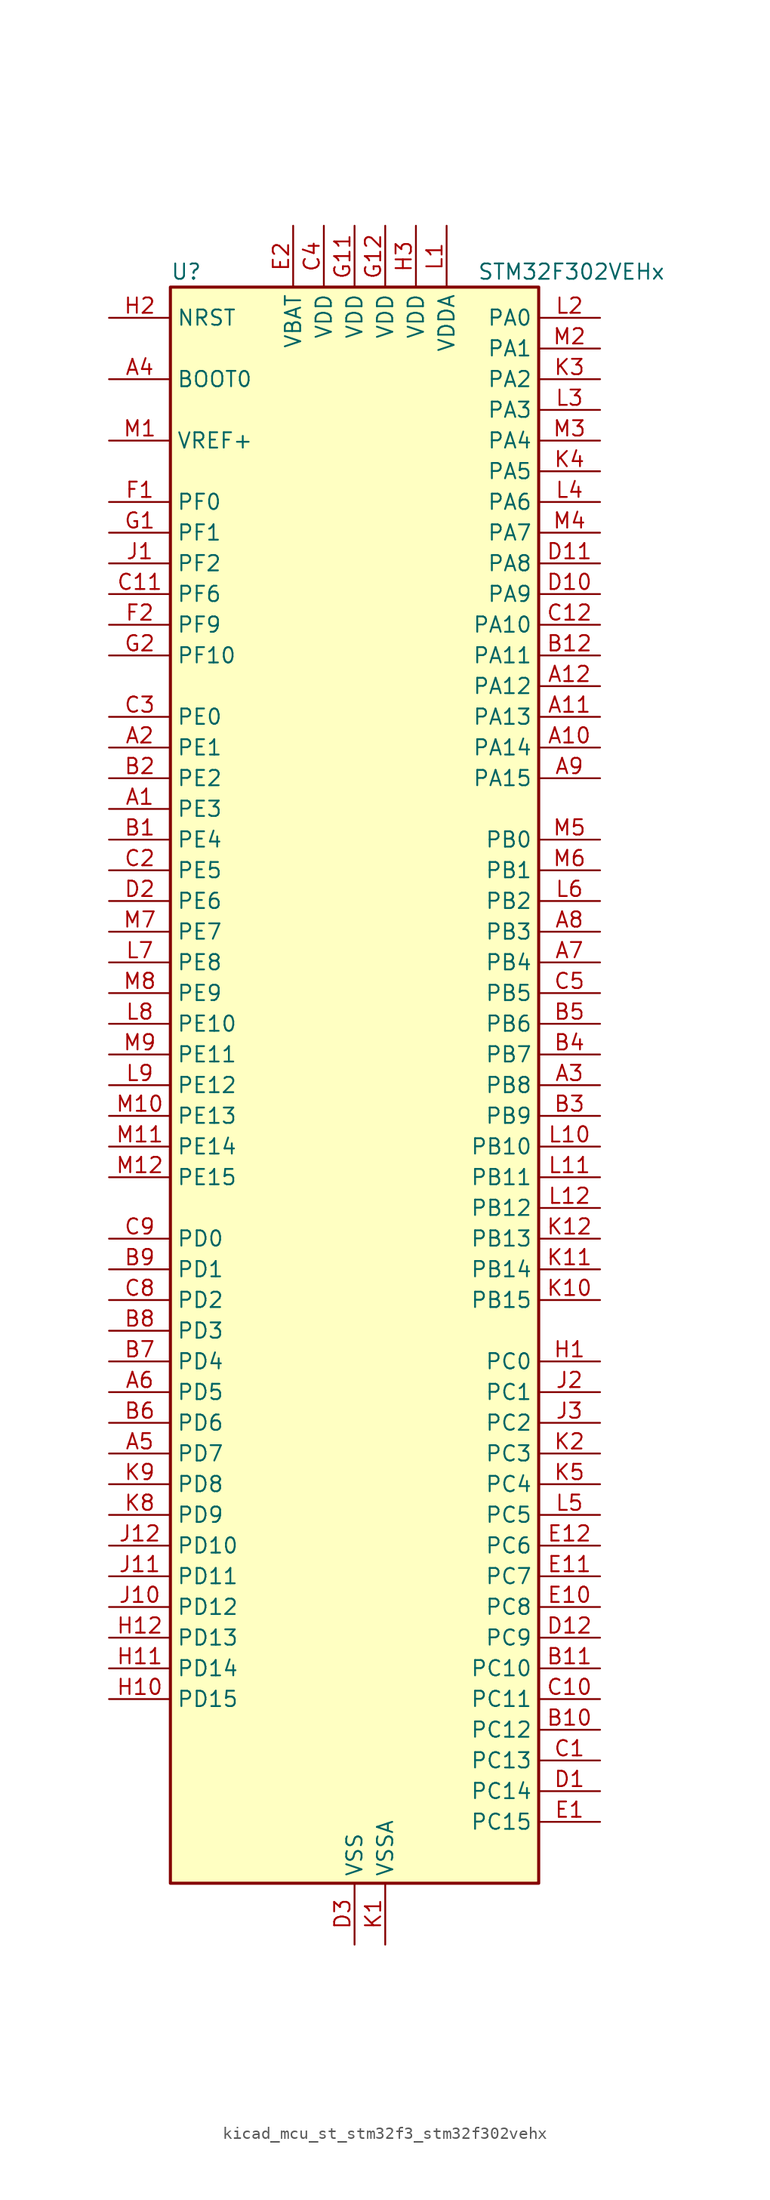
<source format=kicad_sym>
(kicad_symbol_lib
  (version 20220914)
  (generator kicad_symbol_editor)
  (symbol "kicad_mcu_st_stm32f3_stm32f302vehx"
    (property "Reference" "U"
      (at -15.24 67.31 0)
      (effects (font (size 1.27 1.27)) (justify left)))
    (property "Value" "STM32F302VEHx"
      (at 10.16 67.31 0)
      (effects (font (size 1.27 1.27)) (justify left)))
    (property "ki_locked" ""
      (at 0 0 0)
      (effects (font (size 1.27 1.27))))
    (symbol "kicad_mcu_st_stm32f3_stm32f302vehx_0_1"
      (rectangle (start -15.24 -66.04) (end 15.24 66.04) (stroke (width 0.254) (type default)) (fill (type background))))
    (symbol "kicad_mcu_st_stm32f3_stm32f302vehx_1_1"
      (pin bidirectional line (at -20.32 22.86 0) (length 5.08) (name "PE3" (effects (font (size 1.27 1.27)))) (number "A1" (effects (font (size 1.27 1.27)))) (alternate "FMC_A19" bidirectional line) (alternate "SPI4_NSS" bidirectional line) (alternate "SYS_TRACED0" bidirectional line) (alternate "TIM3_CH2" bidirectional line) (alternate "TSC_G7_IO2" bidirectional line))
      (pin bidirectional line (at 20.32 27.94 180) (length 5.08) (name "PA14" (effects (font (size 1.27 1.27)))) (number "A10" (effects (font (size 1.27 1.27)))) (alternate "I2C1_SDA" bidirectional line) (alternate "SYS_JTCK-SWCLK" bidirectional line) (alternate "TIM1_BKIN" bidirectional line) (alternate "TSC_G4_IO4" bidirectional line) (alternate "USART2_TX" bidirectional line))
      (pin bidirectional line (at 20.32 30.48 180) (length 5.08) (name "PA13" (effects (font (size 1.27 1.27)))) (number "A11" (effects (font (size 1.27 1.27)))) (alternate "IR_OUT" bidirectional line) (alternate "SYS_JTMS-SWDIO" bidirectional line) (alternate "TIM16_CH1N" bidirectional line) (alternate "TIM4_CH3" bidirectional line) (alternate "TSC_G4_IO3" bidirectional line) (alternate "USART3_CTS" bidirectional line))
      (pin bidirectional line (at 20.32 33.02 180) (length 5.08) (name "PA12" (effects (font (size 1.27 1.27)))) (number "A12" (effects (font (size 1.27 1.27)))) (alternate "CAN_TX" bidirectional line) (alternate "COMP2_OUT" bidirectional line) (alternate "I2S_CKIN" bidirectional line) (alternate "TIM16_CH1" bidirectional line) (alternate "TIM1_CH2N" bidirectional line) (alternate "TIM1_ETR" bidirectional line) (alternate "TIM4_CH2" bidirectional line) (alternate "USART1_DE" bidirectional line) (alternate "USART1_RTS" bidirectional line) (alternate "USB_DP" bidirectional line))
      (pin bidirectional line (at -20.32 27.94 0) (length 5.08) (name "PE1" (effects (font (size 1.27 1.27)))) (number "A2" (effects (font (size 1.27 1.27)))) (alternate "FMC_NBL1" bidirectional line) (alternate "TIM17_CH1" bidirectional line) (alternate "USART1_RX" bidirectional line))
      (pin bidirectional line (at 20.32 0 180) (length 5.08) (name "PB8" (effects (font (size 1.27 1.27)))) (number "A3" (effects (font (size 1.27 1.27)))) (alternate "CAN_RX" bidirectional line) (alternate "COMP1_OUT" bidirectional line) (alternate "I2C1_SCL" bidirectional line) (alternate "TIM16_CH1" bidirectional line) (alternate "TIM1_BKIN" bidirectional line) (alternate "TIM4_CH3" bidirectional line) (alternate "TSC_SYNC" bidirectional line) (alternate "USART3_RX" bidirectional line))
      (pin input line (at -20.32 58.42 0) (length 5.08) (name "BOOT0" (effects (font (size 1.27 1.27)))) (number "A4" (effects (font (size 1.27 1.27)))))
      (pin bidirectional line (at -20.32 -30.48 0) (length 5.08) (name "PD7" (effects (font (size 1.27 1.27)))) (number "A5" (effects (font (size 1.27 1.27)))) (alternate "FMC_NCE2" bidirectional line) (alternate "FMC_NE1" bidirectional line) (alternate "TIM2_CH3" bidirectional line) (alternate "USART2_CK" bidirectional line))
      (pin bidirectional line (at -20.32 -25.4 0) (length 5.08) (name "PD5" (effects (font (size 1.27 1.27)))) (number "A6" (effects (font (size 1.27 1.27)))) (alternate "FMC_NWE" bidirectional line) (alternate "USART2_TX" bidirectional line))
      (pin bidirectional line (at 20.32 10.16 180) (length 5.08) (name "PB4" (effects (font (size 1.27 1.27)))) (number "A7" (effects (font (size 1.27 1.27)))) (alternate "I2S3_ext_SD" bidirectional line) (alternate "SPI1_MISO" bidirectional line) (alternate "SPI3_MISO" bidirectional line) (alternate "SYS_NJTRST" bidirectional line) (alternate "TIM16_CH1" bidirectional line) (alternate "TIM17_BKIN" bidirectional line) (alternate "TIM3_CH1" bidirectional line) (alternate "TSC_G5_IO2" bidirectional line) (alternate "USART2_RX" bidirectional line))
      (pin bidirectional line (at 20.32 12.7 180) (length 5.08) (name "PB3" (effects (font (size 1.27 1.27)))) (number "A8" (effects (font (size 1.27 1.27)))) (alternate "I2S3_CK" bidirectional line) (alternate "SPI1_SCK" bidirectional line) (alternate "SPI3_SCK" bidirectional line) (alternate "SYS_JTDO-TRACESWO" bidirectional line) (alternate "TIM2_CH2" bidirectional line) (alternate "TIM3_ETR" bidirectional line) (alternate "TIM4_ETR" bidirectional line) (alternate "TSC_G5_IO1" bidirectional line) (alternate "USART2_TX" bidirectional line))
      (pin bidirectional line (at 20.32 25.4 180) (length 5.08) (name "PA15" (effects (font (size 1.27 1.27)))) (number "A9" (effects (font (size 1.27 1.27)))) (alternate "ADC1_EXTI15" bidirectional line) (alternate "ADC2_EXTI15" bidirectional line) (alternate "I2C1_SCL" bidirectional line) (alternate "I2S3_WS" bidirectional line) (alternate "SPI1_NSS" bidirectional line) (alternate "SPI3_NSS" bidirectional line) (alternate "SYS_JTDI" bidirectional line) (alternate "TIM1_BKIN" bidirectional line) (alternate "TIM2_CH1" bidirectional line) (alternate "TIM2_ETR" bidirectional line) (alternate "TSC_SYNC" bidirectional line) (alternate "USART2_RX" bidirectional line))
      (pin bidirectional line (at -20.32 20.32 0) (length 5.08) (name "PE4" (effects (font (size 1.27 1.27)))) (number "B1" (effects (font (size 1.27 1.27)))) (alternate "FMC_A20" bidirectional line) (alternate "SPI4_NSS" bidirectional line) (alternate "SYS_TRACED1" bidirectional line) (alternate "TIM3_CH3" bidirectional line) (alternate "TSC_G7_IO3" bidirectional line))
      (pin bidirectional line (at 20.32 -53.34 180) (length 5.08) (name "PC12" (effects (font (size 1.27 1.27)))) (number "B10" (effects (font (size 1.27 1.27)))) (alternate "I2S3_SD" bidirectional line) (alternate "SPI3_MOSI" bidirectional line) (alternate "UART5_TX" bidirectional line) (alternate "USART3_CK" bidirectional line))
      (pin bidirectional line (at 20.32 -48.26 180) (length 5.08) (name "PC10" (effects (font (size 1.27 1.27)))) (number "B11" (effects (font (size 1.27 1.27)))) (alternate "I2S3_CK" bidirectional line) (alternate "SPI3_SCK" bidirectional line) (alternate "UART4_TX" bidirectional line) (alternate "USART3_TX" bidirectional line))
      (pin bidirectional line (at 20.32 35.56 180) (length 5.08) (name "PA11" (effects (font (size 1.27 1.27)))) (number "B12" (effects (font (size 1.27 1.27)))) (alternate "ADC1_EXTI11" bidirectional line) (alternate "ADC2_EXTI11" bidirectional line) (alternate "CAN_RX" bidirectional line) (alternate "COMP1_OUT" bidirectional line) (alternate "I2S2_SD" bidirectional line) (alternate "SPI2_MOSI" bidirectional line) (alternate "TIM1_BKIN2" bidirectional line) (alternate "TIM1_CH1N" bidirectional line) (alternate "TIM1_CH4" bidirectional line) (alternate "TIM4_CH1" bidirectional line) (alternate "USART1_CTS" bidirectional line) (alternate "USB_DM" bidirectional line))
      (pin bidirectional line (at -20.32 25.4 0) (length 5.08) (name "PE2" (effects (font (size 1.27 1.27)))) (number "B2" (effects (font (size 1.27 1.27)))) (alternate "FMC_A23" bidirectional line) (alternate "SPI4_SCK" bidirectional line) (alternate "SYS_TRACECK" bidirectional line) (alternate "TIM3_CH1" bidirectional line) (alternate "TSC_G7_IO1" bidirectional line))
      (pin bidirectional line (at 20.32 -2.54 180) (length 5.08) (name "PB9" (effects (font (size 1.27 1.27)))) (number "B3" (effects (font (size 1.27 1.27)))) (alternate "CAN_TX" bidirectional line) (alternate "COMP2_OUT" bidirectional line) (alternate "DAC1_EXTI9" bidirectional line) (alternate "I2C1_SDA" bidirectional line) (alternate "IR_OUT" bidirectional line) (alternate "TIM17_CH1" bidirectional line) (alternate "TIM4_CH4" bidirectional line) (alternate "USART3_TX" bidirectional line))
      (pin bidirectional line (at 20.32 2.54 180) (length 5.08) (name "PB7" (effects (font (size 1.27 1.27)))) (number "B4" (effects (font (size 1.27 1.27)))) (alternate "FMC_NL" bidirectional line) (alternate "I2C1_SDA" bidirectional line) (alternate "TIM17_CH1N" bidirectional line) (alternate "TIM3_CH4" bidirectional line) (alternate "TIM4_CH2" bidirectional line) (alternate "TSC_G5_IO4" bidirectional line) (alternate "USART1_RX" bidirectional line))
      (pin bidirectional line (at 20.32 5.08 180) (length 5.08) (name "PB6" (effects (font (size 1.27 1.27)))) (number "B5" (effects (font (size 1.27 1.27)))) (alternate "I2C1_SCL" bidirectional line) (alternate "TIM16_CH1N" bidirectional line) (alternate "TIM4_CH1" bidirectional line) (alternate "TSC_G5_IO3" bidirectional line) (alternate "USART1_TX" bidirectional line))
      (pin bidirectional line (at -20.32 -27.94 0) (length 5.08) (name "PD6" (effects (font (size 1.27 1.27)))) (number "B6" (effects (font (size 1.27 1.27)))) (alternate "FMC_NWAIT" bidirectional line) (alternate "TIM2_CH4" bidirectional line) (alternate "USART2_RX" bidirectional line))
      (pin bidirectional line (at -20.32 -22.86 0) (length 5.08) (name "PD4" (effects (font (size 1.27 1.27)))) (number "B7" (effects (font (size 1.27 1.27)))) (alternate "FMC_NOE" bidirectional line) (alternate "TIM2_CH2" bidirectional line) (alternate "USART2_DE" bidirectional line) (alternate "USART2_RTS" bidirectional line))
      (pin bidirectional line (at -20.32 -20.32 0) (length 5.08) (name "PD3" (effects (font (size 1.27 1.27)))) (number "B8" (effects (font (size 1.27 1.27)))) (alternate "FMC_CLK" bidirectional line) (alternate "TIM2_CH1" bidirectional line) (alternate "TIM2_ETR" bidirectional line) (alternate "USART2_CTS" bidirectional line))
      (pin bidirectional line (at -20.32 -15.24 0) (length 5.08) (name "PD1" (effects (font (size 1.27 1.27)))) (number "B9" (effects (font (size 1.27 1.27)))) (alternate "CAN_TX" bidirectional line) (alternate "FMC_D3" bidirectional line) (alternate "FMC_DA3" bidirectional line))
      (pin bidirectional line (at 20.32 -55.88 180) (length 5.08) (name "PC13" (effects (font (size 1.27 1.27)))) (number "C1" (effects (font (size 1.27 1.27)))) (alternate "RTC_OUT_ALARM" bidirectional line) (alternate "RTC_OUT_CALIB" bidirectional line) (alternate "RTC_TAMP1" bidirectional line) (alternate "RTC_TS" bidirectional line) (alternate "SYS_WKUP2" bidirectional line) (alternate "TIM1_CH1N" bidirectional line))
      (pin bidirectional line (at 20.32 -50.8 180) (length 5.08) (name "PC11" (effects (font (size 1.27 1.27)))) (number "C10" (effects (font (size 1.27 1.27)))) (alternate "ADC1_EXTI11" bidirectional line) (alternate "ADC2_EXTI11" bidirectional line) (alternate "I2S3_ext_SD" bidirectional line) (alternate "SPI3_MISO" bidirectional line) (alternate "UART4_RX" bidirectional line) (alternate "USART3_RX" bidirectional line))
      (pin bidirectional line (at -20.32 40.64 0) (length 5.08) (name "PF6" (effects (font (size 1.27 1.27)))) (number "C11" (effects (font (size 1.27 1.27)))) (alternate "FMC_NIORD" bidirectional line) (alternate "I2C2_SCL" bidirectional line) (alternate "TIM4_CH4" bidirectional line) (alternate "USART3_DE" bidirectional line) (alternate "USART3_RTS" bidirectional line))
      (pin bidirectional line (at 20.32 38.1 180) (length 5.08) (name "PA10" (effects (font (size 1.27 1.27)))) (number "C12" (effects (font (size 1.27 1.27)))) (alternate "COMP6_OUT" bidirectional line) (alternate "I2C2_SDA" bidirectional line) (alternate "I2S2_ext_SD" bidirectional line) (alternate "SPI2_MISO" bidirectional line) (alternate "TIM17_BKIN" bidirectional line) (alternate "TIM1_CH3" bidirectional line) (alternate "TIM2_CH4" bidirectional line) (alternate "TSC_G4_IO2" bidirectional line) (alternate "USART1_RX" bidirectional line))
      (pin bidirectional line (at -20.32 17.78 0) (length 5.08) (name "PE5" (effects (font (size 1.27 1.27)))) (number "C2" (effects (font (size 1.27 1.27)))) (alternate "FMC_A21" bidirectional line) (alternate "SPI4_MISO" bidirectional line) (alternate "SYS_TRACED2" bidirectional line) (alternate "TIM3_CH4" bidirectional line) (alternate "TSC_G7_IO4" bidirectional line))
      (pin bidirectional line (at -20.32 30.48 0) (length 5.08) (name "PE0" (effects (font (size 1.27 1.27)))) (number "C3" (effects (font (size 1.27 1.27)))) (alternate "FMC_NBL0" bidirectional line) (alternate "TIM16_CH1" bidirectional line) (alternate "TIM4_ETR" bidirectional line) (alternate "USART1_TX" bidirectional line))
      (pin power_in line (at -2.54 71.12 270) (length 5.08) (name "VDD" (effects (font (size 1.27 1.27)))) (number "C4" (effects (font (size 1.27 1.27)))))
      (pin bidirectional line (at 20.32 7.62 180) (length 5.08) (name "PB5" (effects (font (size 1.27 1.27)))) (number "C5" (effects (font (size 1.27 1.27)))) (alternate "I2C1_SMBA" bidirectional line) (alternate "I2C3_SDA" bidirectional line) (alternate "I2S3_SD" bidirectional line) (alternate "SPI1_MOSI" bidirectional line) (alternate "SPI3_MOSI" bidirectional line) (alternate "TIM16_BKIN" bidirectional line) (alternate "TIM17_CH1" bidirectional line) (alternate "TIM3_CH2" bidirectional line) (alternate "USART2_CK" bidirectional line))
      (pin bidirectional line (at -20.32 -17.78 0) (length 5.08) (name "PD2" (effects (font (size 1.27 1.27)))) (number "C8" (effects (font (size 1.27 1.27)))) (alternate "TIM3_ETR" bidirectional line) (alternate "UART5_RX" bidirectional line))
      (pin bidirectional line (at -20.32 -12.7 0) (length 5.08) (name "PD0" (effects (font (size 1.27 1.27)))) (number "C9" (effects (font (size 1.27 1.27)))) (alternate "CAN_RX" bidirectional line) (alternate "FMC_D2" bidirectional line) (alternate "FMC_DA2" bidirectional line))
      (pin bidirectional line (at 20.32 -58.42 180) (length 5.08) (name "PC14" (effects (font (size 1.27 1.27)))) (number "D1" (effects (font (size 1.27 1.27)))) (alternate "RCC_OSC32_IN" bidirectional line))
      (pin bidirectional line (at 20.32 40.64 180) (length 5.08) (name "PA9" (effects (font (size 1.27 1.27)))) (number "D10" (effects (font (size 1.27 1.27)))) (alternate "DAC1_EXTI9" bidirectional line) (alternate "I2C2_SCL" bidirectional line) (alternate "I2C3_SMBA" bidirectional line) (alternate "I2S3_MCK" bidirectional line) (alternate "TIM15_BKIN" bidirectional line) (alternate "TIM1_CH2" bidirectional line) (alternate "TIM2_CH3" bidirectional line) (alternate "TSC_G4_IO1" bidirectional line) (alternate "USART1_TX" bidirectional line))
      (pin bidirectional line (at 20.32 43.18 180) (length 5.08) (name "PA8" (effects (font (size 1.27 1.27)))) (number "D11" (effects (font (size 1.27 1.27)))) (alternate "I2C2_SMBA" bidirectional line) (alternate "I2C3_SCL" bidirectional line) (alternate "I2S2_MCK" bidirectional line) (alternate "RCC_MCO" bidirectional line) (alternate "TIM1_CH1" bidirectional line) (alternate "TIM4_ETR" bidirectional line) (alternate "USART1_CK" bidirectional line))
      (pin bidirectional line (at 20.32 -45.72 180) (length 5.08) (name "PC9" (effects (font (size 1.27 1.27)))) (number "D12" (effects (font (size 1.27 1.27)))) (alternate "DAC1_EXTI9" bidirectional line) (alternate "I2C3_SDA" bidirectional line) (alternate "I2S_CKIN" bidirectional line) (alternate "TIM3_CH4" bidirectional line))
      (pin bidirectional line (at -20.32 15.24 0) (length 5.08) (name "PE6" (effects (font (size 1.27 1.27)))) (number "D2" (effects (font (size 1.27 1.27)))) (alternate "FMC_A22" bidirectional line) (alternate "RTC_TAMP3" bidirectional line) (alternate "SPI4_MOSI" bidirectional line) (alternate "SYS_TRACED3" bidirectional line) (alternate "SYS_WKUP3" bidirectional line))
      (pin power_in line (at 0 -71.12 90) (length 5.08) (name "VSS" (effects (font (size 1.27 1.27)))) (number "D3" (effects (font (size 1.27 1.27)))))
      (pin bidirectional line (at 20.32 -60.96 180) (length 5.08) (name "PC15" (effects (font (size 1.27 1.27)))) (number "E1" (effects (font (size 1.27 1.27)))) (alternate "ADC1_EXTI15" bidirectional line) (alternate "ADC2_EXTI15" bidirectional line) (alternate "RCC_OSC32_OUT" bidirectional line))
      (pin bidirectional line (at 20.32 -43.18 180) (length 5.08) (name "PC8" (effects (font (size 1.27 1.27)))) (number "E10" (effects (font (size 1.27 1.27)))) (alternate "TIM3_CH3" bidirectional line))
      (pin bidirectional line (at 20.32 -40.64 180) (length 5.08) (name "PC7" (effects (font (size 1.27 1.27)))) (number "E11" (effects (font (size 1.27 1.27)))) (alternate "I2S3_MCK" bidirectional line) (alternate "TIM3_CH2" bidirectional line))
      (pin bidirectional line (at 20.32 -38.1 180) (length 5.08) (name "PC6" (effects (font (size 1.27 1.27)))) (number "E12" (effects (font (size 1.27 1.27)))) (alternate "COMP6_OUT" bidirectional line) (alternate "I2S2_MCK" bidirectional line) (alternate "TIM3_CH1" bidirectional line))
      (pin power_in line (at -5.08 71.12 270) (length 5.08) (name "VBAT" (effects (font (size 1.27 1.27)))) (number "E2" (effects (font (size 1.27 1.27)))))
      (pin passive line (at 0 -71.12 90) (length 5.08) hide (name "VSS" (effects (font (size 1.27 1.27)))) (number "E3" (effects (font (size 1.27 1.27)))))
      (pin bidirectional line (at -20.32 48.26 0) (length 5.08) (name "PF0" (effects (font (size 1.27 1.27)))) (number "F1" (effects (font (size 1.27 1.27)))) (alternate "I2C2_SDA" bidirectional line) (alternate "I2S2_WS" bidirectional line) (alternate "RCC_OSC_IN" bidirectional line) (alternate "SPI2_NSS" bidirectional line) (alternate "TIM1_CH3N" bidirectional line))
      (pin passive line (at 0 -71.12 90) (length 5.08) hide (name "VSS" (effects (font (size 1.27 1.27)))) (number "F11" (effects (font (size 1.27 1.27)))))
      (pin passive line (at 0 -71.12 90) (length 5.08) hide (name "VSS" (effects (font (size 1.27 1.27)))) (number "F12" (effects (font (size 1.27 1.27)))))
      (pin bidirectional line (at -20.32 38.1 0) (length 5.08) (name "PF9" (effects (font (size 1.27 1.27)))) (number "F2" (effects (font (size 1.27 1.27)))) (alternate "DAC1_EXTI9" bidirectional line) (alternate "FMC_CD" bidirectional line) (alternate "SPI2_SCK" bidirectional line) (alternate "TIM15_CH1" bidirectional line))
      (pin bidirectional line (at -20.32 45.72 0) (length 5.08) (name "PF1" (effects (font (size 1.27 1.27)))) (number "G1" (effects (font (size 1.27 1.27)))) (alternate "I2C2_SCL" bidirectional line) (alternate "I2S2_CK" bidirectional line) (alternate "RCC_OSC_OUT" bidirectional line) (alternate "SPI2_SCK" bidirectional line))
      (pin power_in line (at 0 71.12 270) (length 5.08) (name "VDD" (effects (font (size 1.27 1.27)))) (number "G11" (effects (font (size 1.27 1.27)))))
      (pin power_in line (at 2.54 71.12 270) (length 5.08) (name "VDD" (effects (font (size 1.27 1.27)))) (number "G12" (effects (font (size 1.27 1.27)))))
      (pin bidirectional line (at -20.32 35.56 0) (length 5.08) (name "PF10" (effects (font (size 1.27 1.27)))) (number "G2" (effects (font (size 1.27 1.27)))) (alternate "FMC_INTR" bidirectional line) (alternate "SPI2_SCK" bidirectional line) (alternate "TIM15_CH2" bidirectional line))
      (pin bidirectional line (at 20.32 -22.86 180) (length 5.08) (name "PC0" (effects (font (size 1.27 1.27)))) (number "H1" (effects (font (size 1.27 1.27)))) (alternate "ADC1_IN6" bidirectional line) (alternate "ADC2_IN6" bidirectional line) (alternate "TIM1_CH1" bidirectional line))
      (pin bidirectional line (at -20.32 -50.8 0) (length 5.08) (name "PD15" (effects (font (size 1.27 1.27)))) (number "H10" (effects (font (size 1.27 1.27)))) (alternate "ADC1_EXTI15" bidirectional line) (alternate "ADC2_EXTI15" bidirectional line) (alternate "FMC_D1" bidirectional line) (alternate "FMC_DA1" bidirectional line) (alternate "SPI2_NSS" bidirectional line) (alternate "TIM4_CH4" bidirectional line) (alternate "TSC_G8_IO4" bidirectional line))
      (pin bidirectional line (at -20.32 -48.26 0) (length 5.08) (name "PD14" (effects (font (size 1.27 1.27)))) (number "H11" (effects (font (size 1.27 1.27)))) (alternate "FMC_D0" bidirectional line) (alternate "FMC_DA0" bidirectional line) (alternate "OPAMP2_VINP" bidirectional line) (alternate "OPAMP2_VINP_SEC" bidirectional line) (alternate "TIM4_CH3" bidirectional line) (alternate "TSC_G8_IO3" bidirectional line))
      (pin bidirectional line (at -20.32 -45.72 0) (length 5.08) (name "PD13" (effects (font (size 1.27 1.27)))) (number "H12" (effects (font (size 1.27 1.27)))) (alternate "FMC_A18" bidirectional line) (alternate "TIM4_CH2" bidirectional line) (alternate "TSC_G8_IO2" bidirectional line))
      (pin input line (at -20.32 63.5 0) (length 5.08) (name "NRST" (effects (font (size 1.27 1.27)))) (number "H2" (effects (font (size 1.27 1.27)))))
      (pin power_in line (at 5.08 71.12 270) (length 5.08) (name "VDD" (effects (font (size 1.27 1.27)))) (number "H3" (effects (font (size 1.27 1.27)))))
      (pin bidirectional line (at -20.32 43.18 0) (length 5.08) (name "PF2" (effects (font (size 1.27 1.27)))) (number "J1" (effects (font (size 1.27 1.27)))) (alternate "ADC1_IN10" bidirectional line) (alternate "ADC2_IN10" bidirectional line) (alternate "FMC_A2" bidirectional line))
      (pin bidirectional line (at -20.32 -43.18 0) (length 5.08) (name "PD12" (effects (font (size 1.27 1.27)))) (number "J10" (effects (font (size 1.27 1.27)))) (alternate "FMC_A17" bidirectional line) (alternate "FMC_ALE" bidirectional line) (alternate "TIM4_CH1" bidirectional line) (alternate "TSC_G8_IO1" bidirectional line) (alternate "USART3_DE" bidirectional line) (alternate "USART3_RTS" bidirectional line))
      (pin bidirectional line (at -20.32 -40.64 0) (length 5.08) (name "PD11" (effects (font (size 1.27 1.27)))) (number "J11" (effects (font (size 1.27 1.27)))) (alternate "ADC1_EXTI11" bidirectional line) (alternate "ADC2_EXTI11" bidirectional line) (alternate "FMC_A16" bidirectional line) (alternate "FMC_CLE" bidirectional line) (alternate "USART3_CTS" bidirectional line))
      (pin bidirectional line (at -20.32 -38.1 0) (length 5.08) (name "PD10" (effects (font (size 1.27 1.27)))) (number "J12" (effects (font (size 1.27 1.27)))) (alternate "COMP6_INM" bidirectional line) (alternate "FMC_D15" bidirectional line) (alternate "FMC_DA15" bidirectional line) (alternate "USART3_CK" bidirectional line))
      (pin bidirectional line (at 20.32 -25.4 180) (length 5.08) (name "PC1" (effects (font (size 1.27 1.27)))) (number "J2" (effects (font (size 1.27 1.27)))) (alternate "ADC1_IN7" bidirectional line) (alternate "ADC2_IN7" bidirectional line) (alternate "TIM1_CH2" bidirectional line))
      (pin bidirectional line (at 20.32 -27.94 180) (length 5.08) (name "PC2" (effects (font (size 1.27 1.27)))) (number "J3" (effects (font (size 1.27 1.27)))) (alternate "ADC1_IN8" bidirectional line) (alternate "ADC2_IN8" bidirectional line) (alternate "TIM1_CH3" bidirectional line))
      (pin power_in line (at 2.54 -71.12 90) (length 5.08) (name "VSSA" (effects (font (size 1.27 1.27)))) (number "K1" (effects (font (size 1.27 1.27)))))
      (pin bidirectional line (at 20.32 -17.78 180) (length 5.08) (name "PB15" (effects (font (size 1.27 1.27)))) (number "K10" (effects (font (size 1.27 1.27)))) (alternate "ADC1_EXTI15" bidirectional line) (alternate "ADC2_EXTI15" bidirectional line) (alternate "COMP6_INM" bidirectional line) (alternate "I2S2_SD" bidirectional line) (alternate "RTC_REFIN" bidirectional line) (alternate "SPI2_MOSI" bidirectional line) (alternate "TIM15_CH1N" bidirectional line) (alternate "TIM15_CH2" bidirectional line) (alternate "TIM1_CH3N" bidirectional line))
      (pin bidirectional line (at 20.32 -15.24 180) (length 5.08) (name "PB14" (effects (font (size 1.27 1.27)))) (number "K11" (effects (font (size 1.27 1.27)))) (alternate "I2S2_ext_SD" bidirectional line) (alternate "OPAMP2_VINP" bidirectional line) (alternate "OPAMP2_VINP_SEC" bidirectional line) (alternate "SPI2_MISO" bidirectional line) (alternate "TIM15_CH1" bidirectional line) (alternate "TIM1_CH2N" bidirectional line) (alternate "TSC_G6_IO4" bidirectional line) (alternate "USART3_DE" bidirectional line) (alternate "USART3_RTS" bidirectional line))
      (pin bidirectional line (at 20.32 -12.7 180) (length 5.08) (name "PB13" (effects (font (size 1.27 1.27)))) (number "K12" (effects (font (size 1.27 1.27)))) (alternate "I2S2_CK" bidirectional line) (alternate "SPI2_SCK" bidirectional line) (alternate "TIM1_CH1N" bidirectional line) (alternate "TSC_G6_IO3" bidirectional line) (alternate "USART3_CTS" bidirectional line))
      (pin bidirectional line (at 20.32 -30.48 180) (length 5.08) (name "PC3" (effects (font (size 1.27 1.27)))) (number "K2" (effects (font (size 1.27 1.27)))) (alternate "ADC1_IN9" bidirectional line) (alternate "ADC2_IN9" bidirectional line) (alternate "TIM1_BKIN2" bidirectional line) (alternate "TIM1_CH4" bidirectional line))
      (pin bidirectional line (at 20.32 58.42 180) (length 5.08) (name "PA2" (effects (font (size 1.27 1.27)))) (number "K3" (effects (font (size 1.27 1.27)))) (alternate "ADC1_IN3" bidirectional line) (alternate "COMP2_INM" bidirectional line) (alternate "COMP2_OUT" bidirectional line) (alternate "OPAMP1_VOUT" bidirectional line) (alternate "TIM15_CH1" bidirectional line) (alternate "TIM2_CH3" bidirectional line) (alternate "TSC_G1_IO3" bidirectional line) (alternate "USART2_TX" bidirectional line))
      (pin bidirectional line (at 20.32 50.8 180) (length 5.08) (name "PA5" (effects (font (size 1.27 1.27)))) (number "K4" (effects (font (size 1.27 1.27)))) (alternate "ADC2_IN2" bidirectional line) (alternate "COMP1_INM" bidirectional line) (alternate "COMP2_INM" bidirectional line) (alternate "COMP4_INM" bidirectional line) (alternate "COMP6_INM" bidirectional line) (alternate "OPAMP1_VINP" bidirectional line) (alternate "OPAMP1_VINP_SEC" bidirectional line) (alternate "OPAMP2_VINM" bidirectional line) (alternate "OPAMP2_VINM_SEC" bidirectional line) (alternate "SPI1_SCK" bidirectional line) (alternate "TIM2_CH1" bidirectional line) (alternate "TIM2_ETR" bidirectional line) (alternate "TSC_G2_IO2" bidirectional line))
      (pin bidirectional line (at 20.32 -33.02 180) (length 5.08) (name "PC4" (effects (font (size 1.27 1.27)))) (number "K5" (effects (font (size 1.27 1.27)))) (alternate "ADC2_IN5" bidirectional line) (alternate "TIM1_ETR" bidirectional line) (alternate "USART1_TX" bidirectional line))
      (pin bidirectional line (at -20.32 -35.56 0) (length 5.08) (name "PD9" (effects (font (size 1.27 1.27)))) (number "K8" (effects (font (size 1.27 1.27)))) (alternate "DAC1_EXTI9" bidirectional line) (alternate "FMC_D14" bidirectional line) (alternate "FMC_DA14" bidirectional line) (alternate "USART3_RX" bidirectional line))
      (pin bidirectional line (at -20.32 -33.02 0) (length 5.08) (name "PD8" (effects (font (size 1.27 1.27)))) (number "K9" (effects (font (size 1.27 1.27)))) (alternate "FMC_D13" bidirectional line) (alternate "FMC_DA13" bidirectional line) (alternate "USART3_TX" bidirectional line))
      (pin power_in line (at 7.62 71.12 270) (length 5.08) (name "VDDA" (effects (font (size 1.27 1.27)))) (number "L1" (effects (font (size 1.27 1.27)))))
      (pin bidirectional line (at 20.32 -5.08 180) (length 5.08) (name "PB10" (effects (font (size 1.27 1.27)))) (number "L10" (effects (font (size 1.27 1.27)))) (alternate "TIM2_CH3" bidirectional line) (alternate "TSC_SYNC" bidirectional line) (alternate "USART3_TX" bidirectional line))
      (pin bidirectional line (at 20.32 -7.62 180) (length 5.08) (name "PB11" (effects (font (size 1.27 1.27)))) (number "L11" (effects (font (size 1.27 1.27)))) (alternate "ADC1_EXTI11" bidirectional line) (alternate "ADC1_IN14" bidirectional line) (alternate "ADC2_EXTI11" bidirectional line) (alternate "ADC2_IN14" bidirectional line) (alternate "COMP6_INP" bidirectional line) (alternate "TIM2_CH4" bidirectional line) (alternate "TSC_G6_IO1" bidirectional line) (alternate "USART3_RX" bidirectional line))
      (pin bidirectional line (at 20.32 -10.16 180) (length 5.08) (name "PB12" (effects (font (size 1.27 1.27)))) (number "L12" (effects (font (size 1.27 1.27)))) (alternate "I2C2_SMBA" bidirectional line) (alternate "I2S2_WS" bidirectional line) (alternate "SPI2_NSS" bidirectional line) (alternate "TIM1_BKIN" bidirectional line) (alternate "TSC_G6_IO2" bidirectional line) (alternate "USART3_CK" bidirectional line))
      (pin bidirectional line (at 20.32 63.5 180) (length 5.08) (name "PA0" (effects (font (size 1.27 1.27)))) (number "L2" (effects (font (size 1.27 1.27)))) (alternate "ADC1_IN1" bidirectional line) (alternate "COMP1_INM" bidirectional line) (alternate "COMP1_OUT" bidirectional line) (alternate "RTC_TAMP2" bidirectional line) (alternate "SYS_WKUP1" bidirectional line) (alternate "TIM2_CH1" bidirectional line) (alternate "TIM2_ETR" bidirectional line) (alternate "TSC_G1_IO1" bidirectional line) (alternate "USART2_CTS" bidirectional line))
      (pin bidirectional line (at 20.32 55.88 180) (length 5.08) (name "PA3" (effects (font (size 1.27 1.27)))) (number "L3" (effects (font (size 1.27 1.27)))) (alternate "ADC1_IN4" bidirectional line) (alternate "OPAMP1_VINM" bidirectional line) (alternate "OPAMP1_VINM_SEC" bidirectional line) (alternate "OPAMP1_VINP" bidirectional line) (alternate "OPAMP1_VINP_SEC" bidirectional line) (alternate "TIM15_CH2" bidirectional line) (alternate "TIM2_CH4" bidirectional line) (alternate "TSC_G1_IO4" bidirectional line) (alternate "USART2_RX" bidirectional line))
      (pin bidirectional line (at 20.32 48.26 180) (length 5.08) (name "PA6" (effects (font (size 1.27 1.27)))) (number "L4" (effects (font (size 1.27 1.27)))) (alternate "ADC2_IN3" bidirectional line) (alternate "COMP1_OUT" bidirectional line) (alternate "OPAMP2_VOUT" bidirectional line) (alternate "SPI1_MISO" bidirectional line) (alternate "TIM16_CH1" bidirectional line) (alternate "TIM1_BKIN" bidirectional line) (alternate "TIM3_CH1" bidirectional line) (alternate "TSC_G2_IO3" bidirectional line))
      (pin bidirectional line (at 20.32 -35.56 180) (length 5.08) (name "PC5" (effects (font (size 1.27 1.27)))) (number "L5" (effects (font (size 1.27 1.27)))) (alternate "ADC2_IN11" bidirectional line) (alternate "OPAMP1_VINM" bidirectional line) (alternate "OPAMP1_VINM_SEC" bidirectional line) (alternate "OPAMP2_VINM" bidirectional line) (alternate "OPAMP2_VINM_SEC" bidirectional line) (alternate "TIM15_BKIN" bidirectional line) (alternate "TSC_G3_IO1" bidirectional line) (alternate "USART1_RX" bidirectional line))
      (pin bidirectional line (at 20.32 15.24 180) (length 5.08) (name "PB2" (effects (font (size 1.27 1.27)))) (number "L6" (effects (font (size 1.27 1.27)))) (alternate "ADC2_IN12" bidirectional line) (alternate "COMP4_INM" bidirectional line) (alternate "TSC_G3_IO4" bidirectional line))
      (pin bidirectional line (at -20.32 10.16 0) (length 5.08) (name "PE8" (effects (font (size 1.27 1.27)))) (number "L7" (effects (font (size 1.27 1.27)))) (alternate "COMP4_INM" bidirectional line) (alternate "FMC_D5" bidirectional line) (alternate "FMC_DA5" bidirectional line) (alternate "TIM1_CH1N" bidirectional line))
      (pin bidirectional line (at -20.32 5.08 0) (length 5.08) (name "PE10" (effects (font (size 1.27 1.27)))) (number "L8" (effects (font (size 1.27 1.27)))) (alternate "FMC_D7" bidirectional line) (alternate "FMC_DA7" bidirectional line) (alternate "TIM1_CH2N" bidirectional line))
      (pin bidirectional line (at -20.32 0 0) (length 5.08) (name "PE12" (effects (font (size 1.27 1.27)))) (number "L9" (effects (font (size 1.27 1.27)))) (alternate "FMC_D9" bidirectional line) (alternate "FMC_DA9" bidirectional line) (alternate "SPI4_SCK" bidirectional line) (alternate "TIM1_CH3N" bidirectional line))
      (pin input line (at -20.32 53.34 0) (length 5.08) (name "VREF+" (effects (font (size 1.27 1.27)))) (number "M1" (effects (font (size 1.27 1.27)))))
      (pin bidirectional line (at -20.32 -2.54 0) (length 5.08) (name "PE13" (effects (font (size 1.27 1.27)))) (number "M10" (effects (font (size 1.27 1.27)))) (alternate "FMC_D10" bidirectional line) (alternate "FMC_DA10" bidirectional line) (alternate "SPI4_MISO" bidirectional line) (alternate "TIM1_CH3" bidirectional line))
      (pin bidirectional line (at -20.32 -5.08 0) (length 5.08) (name "PE14" (effects (font (size 1.27 1.27)))) (number "M11" (effects (font (size 1.27 1.27)))) (alternate "FMC_D11" bidirectional line) (alternate "FMC_DA11" bidirectional line) (alternate "SPI4_MOSI" bidirectional line) (alternate "TIM1_BKIN2" bidirectional line) (alternate "TIM1_CH4" bidirectional line))
      (pin bidirectional line (at -20.32 -7.62 0) (length 5.08) (name "PE15" (effects (font (size 1.27 1.27)))) (number "M12" (effects (font (size 1.27 1.27)))) (alternate "ADC1_EXTI15" bidirectional line) (alternate "ADC2_EXTI15" bidirectional line) (alternate "FMC_D12" bidirectional line) (alternate "FMC_DA12" bidirectional line) (alternate "TIM1_BKIN" bidirectional line) (alternate "USART3_RX" bidirectional line))
      (pin bidirectional line (at 20.32 60.96 180) (length 5.08) (name "PA1" (effects (font (size 1.27 1.27)))) (number "M2" (effects (font (size 1.27 1.27)))) (alternate "ADC1_IN2" bidirectional line) (alternate "COMP1_INP" bidirectional line) (alternate "OPAMP1_VINP" bidirectional line) (alternate "OPAMP1_VINP_SEC" bidirectional line) (alternate "RTC_REFIN" bidirectional line) (alternate "TIM15_CH1N" bidirectional line) (alternate "TIM2_CH2" bidirectional line) (alternate "TSC_G1_IO2" bidirectional line) (alternate "USART2_DE" bidirectional line) (alternate "USART2_RTS" bidirectional line))
      (pin bidirectional line (at 20.32 53.34 180) (length 5.08) (name "PA4" (effects (font (size 1.27 1.27)))) (number "M3" (effects (font (size 1.27 1.27)))) (alternate "ADC2_IN1" bidirectional line) (alternate "COMP1_INM" bidirectional line) (alternate "COMP2_INM" bidirectional line) (alternate "COMP4_INM" bidirectional line) (alternate "COMP6_INM" bidirectional line) (alternate "DAC1_OUT1" bidirectional line) (alternate "I2S3_WS" bidirectional line) (alternate "SPI1_NSS" bidirectional line) (alternate "SPI3_NSS" bidirectional line) (alternate "TIM3_CH2" bidirectional line) (alternate "TSC_G2_IO1" bidirectional line) (alternate "USART2_CK" bidirectional line))
      (pin bidirectional line (at 20.32 45.72 180) (length 5.08) (name "PA7" (effects (font (size 1.27 1.27)))) (number "M4" (effects (font (size 1.27 1.27)))) (alternate "ADC2_IN4" bidirectional line) (alternate "COMP2_INP" bidirectional line) (alternate "OPAMP1_VINP" bidirectional line) (alternate "OPAMP1_VINP_SEC" bidirectional line) (alternate "OPAMP2_VINP" bidirectional line) (alternate "OPAMP2_VINP_SEC" bidirectional line) (alternate "SPI1_MOSI" bidirectional line) (alternate "TIM17_CH1" bidirectional line) (alternate "TIM1_CH1N" bidirectional line) (alternate "TIM3_CH2" bidirectional line) (alternate "TSC_G2_IO4" bidirectional line))
      (pin bidirectional line (at 20.32 20.32 180) (length 5.08) (name "PB0" (effects (font (size 1.27 1.27)))) (number "M5" (effects (font (size 1.27 1.27)))) (alternate "COMP4_INP" bidirectional line) (alternate "OPAMP2_VINP" bidirectional line) (alternate "OPAMP2_VINP_SEC" bidirectional line) (alternate "TIM1_CH2N" bidirectional line) (alternate "TIM3_CH3" bidirectional line) (alternate "TSC_G3_IO2" bidirectional line))
      (pin bidirectional line (at 20.32 17.78 180) (length 5.08) (name "PB1" (effects (font (size 1.27 1.27)))) (number "M6" (effects (font (size 1.27 1.27)))) (alternate "COMP4_OUT" bidirectional line) (alternate "TIM1_CH3N" bidirectional line) (alternate "TIM3_CH4" bidirectional line) (alternate "TSC_G3_IO3" bidirectional line))
      (pin bidirectional line (at -20.32 12.7 0) (length 5.08) (name "PE7" (effects (font (size 1.27 1.27)))) (number "M7" (effects (font (size 1.27 1.27)))) (alternate "FMC_D4" bidirectional line) (alternate "FMC_DA4" bidirectional line) (alternate "TIM1_ETR" bidirectional line))
      (pin bidirectional line (at -20.32 7.62 0) (length 5.08) (name "PE9" (effects (font (size 1.27 1.27)))) (number "M8" (effects (font (size 1.27 1.27)))) (alternate "DAC1_EXTI9" bidirectional line) (alternate "FMC_D6" bidirectional line) (alternate "FMC_DA6" bidirectional line) (alternate "TIM1_CH1" bidirectional line))
      (pin bidirectional line (at -20.32 2.54 0) (length 5.08) (name "PE11" (effects (font (size 1.27 1.27)))) (number "M9" (effects (font (size 1.27 1.27)))) (alternate "ADC1_EXTI11" bidirectional line) (alternate "ADC2_EXTI11" bidirectional line) (alternate "FMC_D8" bidirectional line) (alternate "FMC_DA8" bidirectional line) (alternate "SPI4_NSS" bidirectional line) (alternate "TIM1_CH2" bidirectional line)))))
</source>
